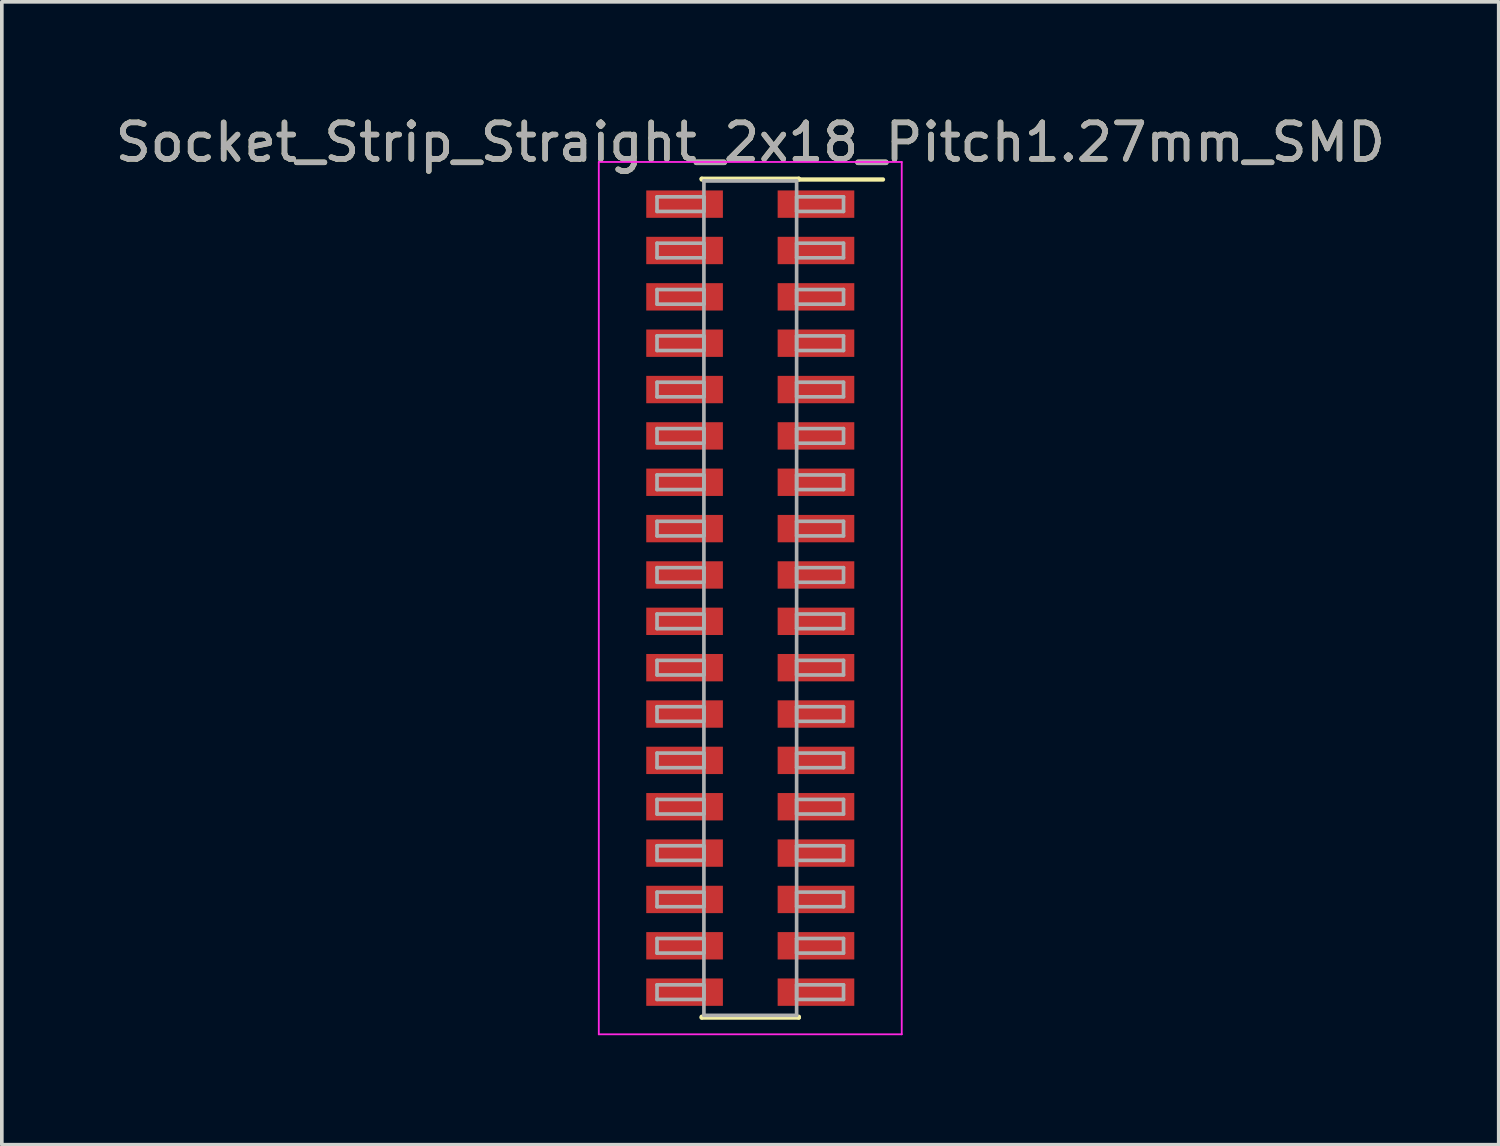
<source format=kicad_pcb>
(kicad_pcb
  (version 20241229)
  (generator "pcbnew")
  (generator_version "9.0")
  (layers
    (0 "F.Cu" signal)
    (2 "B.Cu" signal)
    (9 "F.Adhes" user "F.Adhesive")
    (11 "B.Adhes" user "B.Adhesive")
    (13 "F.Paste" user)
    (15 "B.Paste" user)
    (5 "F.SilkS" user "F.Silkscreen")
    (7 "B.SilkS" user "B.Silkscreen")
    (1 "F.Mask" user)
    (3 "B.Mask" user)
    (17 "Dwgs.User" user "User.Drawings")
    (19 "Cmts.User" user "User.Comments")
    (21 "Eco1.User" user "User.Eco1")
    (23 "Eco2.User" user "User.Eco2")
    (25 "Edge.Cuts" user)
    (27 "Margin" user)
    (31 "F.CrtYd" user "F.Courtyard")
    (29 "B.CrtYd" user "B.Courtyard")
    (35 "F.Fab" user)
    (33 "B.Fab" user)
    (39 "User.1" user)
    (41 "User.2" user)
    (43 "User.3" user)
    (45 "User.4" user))
  (footprint "Socket_Strip_Straight_2x18_Pitch1.27mm_SMD"
    (layer "F.Cu")
    (at 17.506 13.338)
    (property "Reference" "Socket_Strip_Straight_2x18_Pitch1.27mm_SMD" (at 0 -12.49 0) (layer "F.SilkS") (effects (font (size 1 1) (thickness 0.15))))
    (attr smd)
    (fp_line (start -1.33 -11.49) (end 1.33 -11.49) (stroke (width 0.12) (type solid)) (layer "F.SilkS"))
    (fp_line (start -1.33 -11.47) (end -1.33 -11.49) (stroke (width 0.12) (type solid)) (layer "F.SilkS"))
    (fp_line (start -1.33 11.47) (end -1.33 11.49) (stroke (width 0.12) (type solid)) (layer "F.SilkS"))
    (fp_line (start -1.33 11.49) (end 1.33 11.49) (stroke (width 0.12) (type solid)) (layer "F.SilkS"))
    (fp_line (start 1.33 -11.49) (end 1.33 -11.47) (stroke (width 0.12) (type solid)) (layer "F.SilkS"))
    (fp_line (start 1.33 11.49) (end 1.33 11.47) (stroke (width 0.12) (type solid)) (layer "F.SilkS"))
    (fp_line (start 3.635 -11.47) (end 1.33 -11.47) (stroke (width 0.12) (type solid)) (layer "F.SilkS"))
    (fp_line (start -4.15 -11.95) (end -4.15 11.95) (stroke (width 0.05) (type solid)) (layer "F.CrtYd"))
    (fp_line (start -4.15 11.95) (end 4.15 11.95) (stroke (width 0.05) (type solid)) (layer "F.CrtYd"))
    (fp_line (start 4.15 -11.95) (end -4.15 -11.95) (stroke (width 0.05) (type solid)) (layer "F.CrtYd"))
    (fp_line (start 4.15 11.95) (end 4.15 -11.95) (stroke (width 0.05) (type solid)) (layer "F.CrtYd"))
    (fp_line (start -2.555 -10.995) (end -1.27 -10.995) (stroke (width 0.1) (type solid)) (layer "F.Fab"))
    (fp_line (start -2.555 -10.595) (end -2.555 -10.995) (stroke (width 0.1) (type solid)) (layer "F.Fab"))
    (fp_line (start -2.555 -9.725) (end -1.27 -9.725) (stroke (width 0.1) (type solid)) (layer "F.Fab"))
    (fp_line (start -2.555 -9.325) (end -2.555 -9.725) (stroke (width 0.1) (type solid)) (layer "F.Fab"))
    (fp_line (start -2.555 -8.455) (end -1.27 -8.455) (stroke (width 0.1) (type solid)) (layer "F.Fab"))
    (fp_line (start -2.555 -8.055) (end -2.555 -8.455) (stroke (width 0.1) (type solid)) (layer "F.Fab"))
    (fp_line (start -2.555 -7.185) (end -1.27 -7.185) (stroke (width 0.1) (type solid)) (layer "F.Fab"))
    (fp_line (start -2.555 -6.785) (end -2.555 -7.185) (stroke (width 0.1) (type solid)) (layer "F.Fab"))
    (fp_line (start -2.555 -5.915) (end -1.27 -5.915) (stroke (width 0.1) (type solid)) (layer "F.Fab"))
    (fp_line (start -2.555 -5.515) (end -2.555 -5.915) (stroke (width 0.1) (type solid)) (layer "F.Fab"))
    (fp_line (start -2.555 -4.645) (end -1.27 -4.645) (stroke (width 0.1) (type solid)) (layer "F.Fab"))
    (fp_line (start -2.555 -4.245) (end -2.555 -4.645) (stroke (width 0.1) (type solid)) (layer "F.Fab"))
    (fp_line (start -2.555 -3.375) (end -1.27 -3.375) (stroke (width 0.1) (type solid)) (layer "F.Fab"))
    (fp_line (start -2.555 -2.975) (end -2.555 -3.375) (stroke (width 0.1) (type solid)) (layer "F.Fab"))
    (fp_line (start -2.555 -2.105) (end -1.27 -2.105) (stroke (width 0.1) (type solid)) (layer "F.Fab"))
    (fp_line (start -2.555 -1.705) (end -2.555 -2.105) (stroke (width 0.1) (type solid)) (layer "F.Fab"))
    (fp_line (start -2.555 -0.835) (end -1.27 -0.835) (stroke (width 0.1) (type solid)) (layer "F.Fab"))
    (fp_line (start -2.555 -0.435) (end -2.555 -0.835) (stroke (width 0.1) (type solid)) (layer "F.Fab"))
    (fp_line (start -2.555 0.435) (end -1.27 0.435) (stroke (width 0.1) (type solid)) (layer "F.Fab"))
    (fp_line (start -2.555 0.835) (end -2.555 0.435) (stroke (width 0.1) (type solid)) (layer "F.Fab"))
    (fp_line (start -2.555 1.705) (end -1.27 1.705) (stroke (width 0.1) (type solid)) (layer "F.Fab"))
    (fp_line (start -2.555 2.105) (end -2.555 1.705) (stroke (width 0.1) (type solid)) (layer "F.Fab"))
    (fp_line (start -2.555 2.975) (end -1.27 2.975) (stroke (width 0.1) (type solid)) (layer "F.Fab"))
    (fp_line (start -2.555 3.375) (end -2.555 2.975) (stroke (width 0.1) (type solid)) (layer "F.Fab"))
    (fp_line (start -2.555 4.245) (end -1.27 4.245) (stroke (width 0.1) (type solid)) (layer "F.Fab"))
    (fp_line (start -2.555 4.645) (end -2.555 4.245) (stroke (width 0.1) (type solid)) (layer "F.Fab"))
    (fp_line (start -2.555 5.515) (end -1.27 5.515) (stroke (width 0.1) (type solid)) (layer "F.Fab"))
    (fp_line (start -2.555 5.915) (end -2.555 5.515) (stroke (width 0.1) (type solid)) (layer "F.Fab"))
    (fp_line (start -2.555 6.785) (end -1.27 6.785) (stroke (width 0.1) (type solid)) (layer "F.Fab"))
    (fp_line (start -2.555 7.185) (end -2.555 6.785) (stroke (width 0.1) (type solid)) (layer "F.Fab"))
    (fp_line (start -2.555 8.055) (end -1.27 8.055) (stroke (width 0.1) (type solid)) (layer "F.Fab"))
    (fp_line (start -2.555 8.455) (end -2.555 8.055) (stroke (width 0.1) (type solid)) (layer "F.Fab"))
    (fp_line (start -2.555 9.325) (end -1.27 9.325) (stroke (width 0.1) (type solid)) (layer "F.Fab"))
    (fp_line (start -2.555 9.725) (end -2.555 9.325) (stroke (width 0.1) (type solid)) (layer "F.Fab"))
    (fp_line (start -2.555 10.595) (end -1.27 10.595) (stroke (width 0.1) (type solid)) (layer "F.Fab"))
    (fp_line (start -2.555 10.995) (end -2.555 10.595) (stroke (width 0.1) (type solid)) (layer "F.Fab"))
    (fp_line (start -1.27 -11.43) (end -1.27 11.43) (stroke (width 0.1) (type solid)) (layer "F.Fab"))
    (fp_line (start -1.27 -10.995) (end -1.27 -10.595) (stroke (width 0.1) (type solid)) (layer "F.Fab"))
    (fp_line (start -1.27 -10.595) (end -2.555 -10.595) (stroke (width 0.1) (type solid)) (layer "F.Fab"))
    (fp_line (start -1.27 -9.725) (end -1.27 -9.325) (stroke (width 0.1) (type solid)) (layer "F.Fab"))
    (fp_line (start -1.27 -9.325) (end -2.555 -9.325) (stroke (width 0.1) (type solid)) (layer "F.Fab"))
    (fp_line (start -1.27 -8.455) (end -1.27 -8.055) (stroke (width 0.1) (type solid)) (layer "F.Fab"))
    (fp_line (start -1.27 -8.055) (end -2.555 -8.055) (stroke (width 0.1) (type solid)) (layer "F.Fab"))
    (fp_line (start -1.27 -7.185) (end -1.27 -6.785) (stroke (width 0.1) (type solid)) (layer "F.Fab"))
    (fp_line (start -1.27 -6.785) (end -2.555 -6.785) (stroke (width 0.1) (type solid)) (layer "F.Fab"))
    (fp_line (start -1.27 -5.915) (end -1.27 -5.515) (stroke (width 0.1) (type solid)) (layer "F.Fab"))
    (fp_line (start -1.27 -5.515) (end -2.555 -5.515) (stroke (width 0.1) (type solid)) (layer "F.Fab"))
    (fp_line (start -1.27 -4.645) (end -1.27 -4.245) (stroke (width 0.1) (type solid)) (layer "F.Fab"))
    (fp_line (start -1.27 -4.245) (end -2.555 -4.245) (stroke (width 0.1) (type solid)) (layer "F.Fab"))
    (fp_line (start -1.27 -3.375) (end -1.27 -2.975) (stroke (width 0.1) (type solid)) (layer "F.Fab"))
    (fp_line (start -1.27 -2.975) (end -2.555 -2.975) (stroke (width 0.1) (type solid)) (layer "F.Fab"))
    (fp_line (start -1.27 -2.105) (end -1.27 -1.705) (stroke (width 0.1) (type solid)) (layer "F.Fab"))
    (fp_line (start -1.27 -1.705) (end -2.555 -1.705) (stroke (width 0.1) (type solid)) (layer "F.Fab"))
    (fp_line (start -1.27 -0.835) (end -1.27 -0.435) (stroke (width 0.1) (type solid)) (layer "F.Fab"))
    (fp_line (start -1.27 -0.435) (end -2.555 -0.435) (stroke (width 0.1) (type solid)) (layer "F.Fab"))
    (fp_line (start -1.27 0.435) (end -1.27 0.835) (stroke (width 0.1) (type solid)) (layer "F.Fab"))
    (fp_line (start -1.27 0.835) (end -2.555 0.835) (stroke (width 0.1) (type solid)) (layer "F.Fab"))
    (fp_line (start -1.27 1.705) (end -1.27 2.105) (stroke (width 0.1) (type solid)) (layer "F.Fab"))
    (fp_line (start -1.27 2.105) (end -2.555 2.105) (stroke (width 0.1) (type solid)) (layer "F.Fab"))
    (fp_line (start -1.27 2.975) (end -1.27 3.375) (stroke (width 0.1) (type solid)) (layer "F.Fab"))
    (fp_line (start -1.27 3.375) (end -2.555 3.375) (stroke (width 0.1) (type solid)) (layer "F.Fab"))
    (fp_line (start -1.27 4.245) (end -1.27 4.645) (stroke (width 0.1) (type solid)) (layer "F.Fab"))
    (fp_line (start -1.27 4.645) (end -2.555 4.645) (stroke (width 0.1) (type solid)) (layer "F.Fab"))
    (fp_line (start -1.27 5.515) (end -1.27 5.915) (stroke (width 0.1) (type solid)) (layer "F.Fab"))
    (fp_line (start -1.27 5.915) (end -2.555 5.915) (stroke (width 0.1) (type solid)) (layer "F.Fab"))
    (fp_line (start -1.27 6.785) (end -1.27 7.185) (stroke (width 0.1) (type solid)) (layer "F.Fab"))
    (fp_line (start -1.27 7.185) (end -2.555 7.185) (stroke (width 0.1) (type solid)) (layer "F.Fab"))
    (fp_line (start -1.27 8.055) (end -1.27 8.455) (stroke (width 0.1) (type solid)) (layer "F.Fab"))
    (fp_line (start -1.27 8.455) (end -2.555 8.455) (stroke (width 0.1) (type solid)) (layer "F.Fab"))
    (fp_line (start -1.27 9.325) (end -1.27 9.725) (stroke (width 0.1) (type solid)) (layer "F.Fab"))
    (fp_line (start -1.27 9.725) (end -2.555 9.725) (stroke (width 0.1) (type solid)) (layer "F.Fab"))
    (fp_line (start -1.27 10.595) (end -1.27 10.995) (stroke (width 0.1) (type solid)) (layer "F.Fab"))
    (fp_line (start -1.27 10.995) (end -2.555 10.995) (stroke (width 0.1) (type solid)) (layer "F.Fab"))
    (fp_line (start -1.27 11.43) (end 1.27 11.43) (stroke (width 0.1) (type solid)) (layer "F.Fab"))
    (fp_line (start 1.27 -11.43) (end -1.27 -11.43) (stroke (width 0.1) (type solid)) (layer "F.Fab"))
    (fp_line (start 1.27 -10.995) (end 1.27 -10.595) (stroke (width 0.1) (type solid)) (layer "F.Fab"))
    (fp_line (start 1.27 -10.595) (end 2.555 -10.595) (stroke (width 0.1) (type solid)) (layer "F.Fab"))
    (fp_line (start 1.27 -9.725) (end 1.27 -9.325) (stroke (width 0.1) (type solid)) (layer "F.Fab"))
    (fp_line (start 1.27 -9.325) (end 2.555 -9.325) (stroke (width 0.1) (type solid)) (layer "F.Fab"))
    (fp_line (start 1.27 -8.455) (end 1.27 -8.055) (stroke (width 0.1) (type solid)) (layer "F.Fab"))
    (fp_line (start 1.27 -8.055) (end 2.555 -8.055) (stroke (width 0.1) (type solid)) (layer "F.Fab"))
    (fp_line (start 1.27 -7.185) (end 1.27 -6.785) (stroke (width 0.1) (type solid)) (layer "F.Fab"))
    (fp_line (start 1.27 -6.785) (end 2.555 -6.785) (stroke (width 0.1) (type solid)) (layer "F.Fab"))
    (fp_line (start 1.27 -5.915) (end 1.27 -5.515) (stroke (width 0.1) (type solid)) (layer "F.Fab"))
    (fp_line (start 1.27 -5.515) (end 2.555 -5.515) (stroke (width 0.1) (type solid)) (layer "F.Fab"))
    (fp_line (start 1.27 -4.645) (end 1.27 -4.245) (stroke (width 0.1) (type solid)) (layer "F.Fab"))
    (fp_line (start 1.27 -4.245) (end 2.555 -4.245) (stroke (width 0.1) (type solid)) (layer "F.Fab"))
    (fp_line (start 1.27 -3.375) (end 1.27 -2.975) (stroke (width 0.1) (type solid)) (layer "F.Fab"))
    (fp_line (start 1.27 -2.975) (end 2.555 -2.975) (stroke (width 0.1) (type solid)) (layer "F.Fab"))
    (fp_line (start 1.27 -2.105) (end 1.27 -1.705) (stroke (width 0.1) (type solid)) (layer "F.Fab"))
    (fp_line (start 1.27 -1.705) (end 2.555 -1.705) (stroke (width 0.1) (type solid)) (layer "F.Fab"))
    (fp_line (start 1.27 -0.835) (end 1.27 -0.435) (stroke (width 0.1) (type solid)) (layer "F.Fab"))
    (fp_line (start 1.27 -0.435) (end 2.555 -0.435) (stroke (width 0.1) (type solid)) (layer "F.Fab"))
    (fp_line (start 1.27 0.435) (end 1.27 0.835) (stroke (width 0.1) (type solid)) (layer "F.Fab"))
    (fp_line (start 1.27 0.835) (end 2.555 0.835) (stroke (width 0.1) (type solid)) (layer "F.Fab"))
    (fp_line (start 1.27 1.705) (end 1.27 2.105) (stroke (width 0.1) (type solid)) (layer "F.Fab"))
    (fp_line (start 1.27 2.105) (end 2.555 2.105) (stroke (width 0.1) (type solid)) (layer "F.Fab"))
    (fp_line (start 1.27 2.975) (end 1.27 3.375) (stroke (width 0.1) (type solid)) (layer "F.Fab"))
    (fp_line (start 1.27 3.375) (end 2.555 3.375) (stroke (width 0.1) (type solid)) (layer "F.Fab"))
    (fp_line (start 1.27 4.245) (end 1.27 4.645) (stroke (width 0.1) (type solid)) (layer "F.Fab"))
    (fp_line (start 1.27 4.645) (end 2.555 4.645) (stroke (width 0.1) (type solid)) (layer "F.Fab"))
    (fp_line (start 1.27 5.515) (end 1.27 5.915) (stroke (width 0.1) (type solid)) (layer "F.Fab"))
    (fp_line (start 1.27 5.915) (end 2.555 5.915) (stroke (width 0.1) (type solid)) (layer "F.Fab"))
    (fp_line (start 1.27 6.785) (end 1.27 7.185) (stroke (width 0.1) (type solid)) (layer "F.Fab"))
    (fp_line (start 1.27 7.185) (end 2.555 7.185) (stroke (width 0.1) (type solid)) (layer "F.Fab"))
    (fp_line (start 1.27 8.055) (end 1.27 8.455) (stroke (width 0.1) (type solid)) (layer "F.Fab"))
    (fp_line (start 1.27 8.455) (end 2.555 8.455) (stroke (width 0.1) (type solid)) (layer "F.Fab"))
    (fp_line (start 1.27 9.325) (end 1.27 9.725) (stroke (width 0.1) (type solid)) (layer "F.Fab"))
    (fp_line (start 1.27 9.725) (end 2.555 9.725) (stroke (width 0.1) (type solid)) (layer "F.Fab"))
    (fp_line (start 1.27 10.595) (end 1.27 10.995) (stroke (width 0.1) (type solid)) (layer "F.Fab"))
    (fp_line (start 1.27 10.995) (end 2.555 10.995) (stroke (width 0.1) (type solid)) (layer "F.Fab"))
    (fp_line (start 1.27 11.43) (end 1.27 -11.43) (stroke (width 0.1) (type solid)) (layer "F.Fab"))
    (fp_line (start 2.555 -10.995) (end 1.27 -10.995) (stroke (width 0.1) (type solid)) (layer "F.Fab"))
    (fp_line (start 2.555 -10.595) (end 2.555 -10.995) (stroke (width 0.1) (type solid)) (layer "F.Fab"))
    (fp_line (start 2.555 -9.725) (end 1.27 -9.725) (stroke (width 0.1) (type solid)) (layer "F.Fab"))
    (fp_line (start 2.555 -9.325) (end 2.555 -9.725) (stroke (width 0.1) (type solid)) (layer "F.Fab"))
    (fp_line (start 2.555 -8.455) (end 1.27 -8.455) (stroke (width 0.1) (type solid)) (layer "F.Fab"))
    (fp_line (start 2.555 -8.055) (end 2.555 -8.455) (stroke (width 0.1) (type solid)) (layer "F.Fab"))
    (fp_line (start 2.555 -7.185) (end 1.27 -7.185) (stroke (width 0.1) (type solid)) (layer "F.Fab"))
    (fp_line (start 2.555 -6.785) (end 2.555 -7.185) (stroke (width 0.1) (type solid)) (layer "F.Fab"))
    (fp_line (start 2.555 -5.915) (end 1.27 -5.915) (stroke (width 0.1) (type solid)) (layer "F.Fab"))
    (fp_line (start 2.555 -5.515) (end 2.555 -5.915) (stroke (width 0.1) (type solid)) (layer "F.Fab"))
    (fp_line (start 2.555 -4.645) (end 1.27 -4.645) (stroke (width 0.1) (type solid)) (layer "F.Fab"))
    (fp_line (start 2.555 -4.245) (end 2.555 -4.645) (stroke (width 0.1) (type solid)) (layer "F.Fab"))
    (fp_line (start 2.555 -3.375) (end 1.27 -3.375) (stroke (width 0.1) (type solid)) (layer "F.Fab"))
    (fp_line (start 2.555 -2.975) (end 2.555 -3.375) (stroke (width 0.1) (type solid)) (layer "F.Fab"))
    (fp_line (start 2.555 -2.105) (end 1.27 -2.105) (stroke (width 0.1) (type solid)) (layer "F.Fab"))
    (fp_line (start 2.555 -1.705) (end 2.555 -2.105) (stroke (width 0.1) (type solid)) (layer "F.Fab"))
    (fp_line (start 2.555 -0.835) (end 1.27 -0.835) (stroke (width 0.1) (type solid)) (layer "F.Fab"))
    (fp_line (start 2.555 -0.435) (end 2.555 -0.835) (stroke (width 0.1) (type solid)) (layer "F.Fab"))
    (fp_line (start 2.555 0.435) (end 1.27 0.435) (stroke (width 0.1) (type solid)) (layer "F.Fab"))
    (fp_line (start 2.555 0.835) (end 2.555 0.435) (stroke (width 0.1) (type solid)) (layer "F.Fab"))
    (fp_line (start 2.555 1.705) (end 1.27 1.705) (stroke (width 0.1) (type solid)) (layer "F.Fab"))
    (fp_line (start 2.555 2.105) (end 2.555 1.705) (stroke (width 0.1) (type solid)) (layer "F.Fab"))
    (fp_line (start 2.555 2.975) (end 1.27 2.975) (stroke (width 0.1) (type solid)) (layer "F.Fab"))
    (fp_line (start 2.555 3.375) (end 2.555 2.975) (stroke (width 0.1) (type solid)) (layer "F.Fab"))
    (fp_line (start 2.555 4.245) (end 1.27 4.245) (stroke (width 0.1) (type solid)) (layer "F.Fab"))
    (fp_line (start 2.555 4.645) (end 2.555 4.245) (stroke (width 0.1) (type solid)) (layer "F.Fab"))
    (fp_line (start 2.555 5.515) (end 1.27 5.515) (stroke (width 0.1) (type solid)) (layer "F.Fab"))
    (fp_line (start 2.555 5.915) (end 2.555 5.515) (stroke (width 0.1) (type solid)) (layer "F.Fab"))
    (fp_line (start 2.555 6.785) (end 1.27 6.785) (stroke (width 0.1) (type solid)) (layer "F.Fab"))
    (fp_line (start 2.555 7.185) (end 2.555 6.785) (stroke (width 0.1) (type solid)) (layer "F.Fab"))
    (fp_line (start 2.555 8.055) (end 1.27 8.055) (stroke (width 0.1) (type solid)) (layer "F.Fab"))
    (fp_line (start 2.555 8.455) (end 2.555 8.055) (stroke (width 0.1) (type solid)) (layer "F.Fab"))
    (fp_line (start 2.555 9.325) (end 1.27 9.325) (stroke (width 0.1) (type solid)) (layer "F.Fab"))
    (fp_line (start 2.555 9.725) (end 2.555 9.325) (stroke (width 0.1) (type solid)) (layer "F.Fab"))
    (fp_line (start 2.555 10.595) (end 1.27 10.595) (stroke (width 0.1) (type solid)) (layer "F.Fab"))
    (fp_line (start 2.555 10.995) (end 2.555 10.595) (stroke (width 0.1) (type solid)) (layer "F.Fab"))
    (fp_text user "${REFERENCE}" (at 0 -12.49 0) (layer "F.Fab") (effects (font (size 1 1) (thickness 0.15))))
    (pad "1" smd rect (at 1.8 -10.795) (size 2.1 0.75) (layers "F.Cu" "F.Mask" "F.Paste"))
    (pad "2" smd rect (at -1.8 -10.795) (size 2.1 0.75) (layers "F.Cu" "F.Mask" "F.Paste"))
    (pad "3" smd rect (at 1.8 -9.525) (size 2.1 0.75) (layers "F.Cu" "F.Mask" "F.Paste"))
    (pad "4" smd rect (at -1.8 -9.525) (size 2.1 0.75) (layers "F.Cu" "F.Mask" "F.Paste"))
    (pad "5" smd rect (at 1.8 -8.255) (size 2.1 0.75) (layers "F.Cu" "F.Mask" "F.Paste"))
    (pad "6" smd rect (at -1.8 -8.255) (size 2.1 0.75) (layers "F.Cu" "F.Mask" "F.Paste"))
    (pad "7" smd rect (at 1.8 -6.985) (size 2.1 0.75) (layers "F.Cu" "F.Mask" "F.Paste"))
    (pad "8" smd rect (at -1.8 -6.985) (size 2.1 0.75) (layers "F.Cu" "F.Mask" "F.Paste"))
    (pad "9" smd rect (at 1.8 -5.715) (size 2.1 0.75) (layers "F.Cu" "F.Mask" "F.Paste"))
    (pad "10" smd rect (at -1.8 -5.715) (size 2.1 0.75) (layers "F.Cu" "F.Mask" "F.Paste"))
    (pad "11" smd rect (at 1.8 -4.445) (size 2.1 0.75) (layers "F.Cu" "F.Mask" "F.Paste"))
    (pad "12" smd rect (at -1.8 -4.445) (size 2.1 0.75) (layers "F.Cu" "F.Mask" "F.Paste"))
    (pad "13" smd rect (at 1.8 -3.175) (size 2.1 0.75) (layers "F.Cu" "F.Mask" "F.Paste"))
    (pad "14" smd rect (at -1.8 -3.175) (size 2.1 0.75) (layers "F.Cu" "F.Mask" "F.Paste"))
    (pad "15" smd rect (at 1.8 -1.905) (size 2.1 0.75) (layers "F.Cu" "F.Mask" "F.Paste"))
    (pad "16" smd rect (at -1.8 -1.905) (size 2.1 0.75) (layers "F.Cu" "F.Mask" "F.Paste"))
    (pad "17" smd rect (at 1.8 -0.635) (size 2.1 0.75) (layers "F.Cu" "F.Mask" "F.Paste"))
    (pad "18" smd rect (at -1.8 -0.635) (size 2.1 0.75) (layers "F.Cu" "F.Mask" "F.Paste"))
    (pad "19" smd rect (at 1.8 0.635) (size 2.1 0.75) (layers "F.Cu" "F.Mask" "F.Paste"))
    (pad "20" smd rect (at -1.8 0.635) (size 2.1 0.75) (layers "F.Cu" "F.Mask" "F.Paste"))
    (pad "21" smd rect (at 1.8 1.905) (size 2.1 0.75) (layers "F.Cu" "F.Mask" "F.Paste"))
    (pad "22" smd rect (at -1.8 1.905) (size 2.1 0.75) (layers "F.Cu" "F.Mask" "F.Paste"))
    (pad "23" smd rect (at 1.8 3.175) (size 2.1 0.75) (layers "F.Cu" "F.Mask" "F.Paste"))
    (pad "24" smd rect (at -1.8 3.175) (size 2.1 0.75) (layers "F.Cu" "F.Mask" "F.Paste"))
    (pad "25" smd rect (at 1.8 4.445) (size 2.1 0.75) (layers "F.Cu" "F.Mask" "F.Paste"))
    (pad "26" smd rect (at -1.8 4.445) (size 2.1 0.75) (layers "F.Cu" "F.Mask" "F.Paste"))
    (pad "27" smd rect (at 1.8 5.715) (size 2.1 0.75) (layers "F.Cu" "F.Mask" "F.Paste"))
    (pad "28" smd rect (at -1.8 5.715) (size 2.1 0.75) (layers "F.Cu" "F.Mask" "F.Paste"))
    (pad "29" smd rect (at 1.8 6.985) (size 2.1 0.75) (layers "F.Cu" "F.Mask" "F.Paste"))
    (pad "30" smd rect (at -1.8 6.985) (size 2.1 0.75) (layers "F.Cu" "F.Mask" "F.Paste"))
    (pad "31" smd rect (at 1.8 8.255) (size 2.1 0.75) (layers "F.Cu" "F.Mask" "F.Paste"))
    (pad "32" smd rect (at -1.8 8.255) (size 2.1 0.75) (layers "F.Cu" "F.Mask" "F.Paste"))
    (pad "33" smd rect (at 1.8 9.525) (size 2.1 0.75) (layers "F.Cu" "F.Mask" "F.Paste"))
    (pad "34" smd rect (at -1.8 9.525) (size 2.1 0.75) (layers "F.Cu" "F.Mask" "F.Paste"))
    (pad "35" smd rect (at 1.8 10.795) (size 2.1 0.75) (layers "F.Cu" "F.Mask" "F.Paste"))
    (pad "36" smd rect (at -1.8 10.795) (size 2.1 0.75) (layers "F.Cu" "F.Mask" "F.Paste")))
  (gr_rect
    (start -3 -3)
    (end 38.012 28.313)
    (stroke (width 0.1) (type default))
    (fill no)
    (layer "Edge.Cuts")))
</source>
